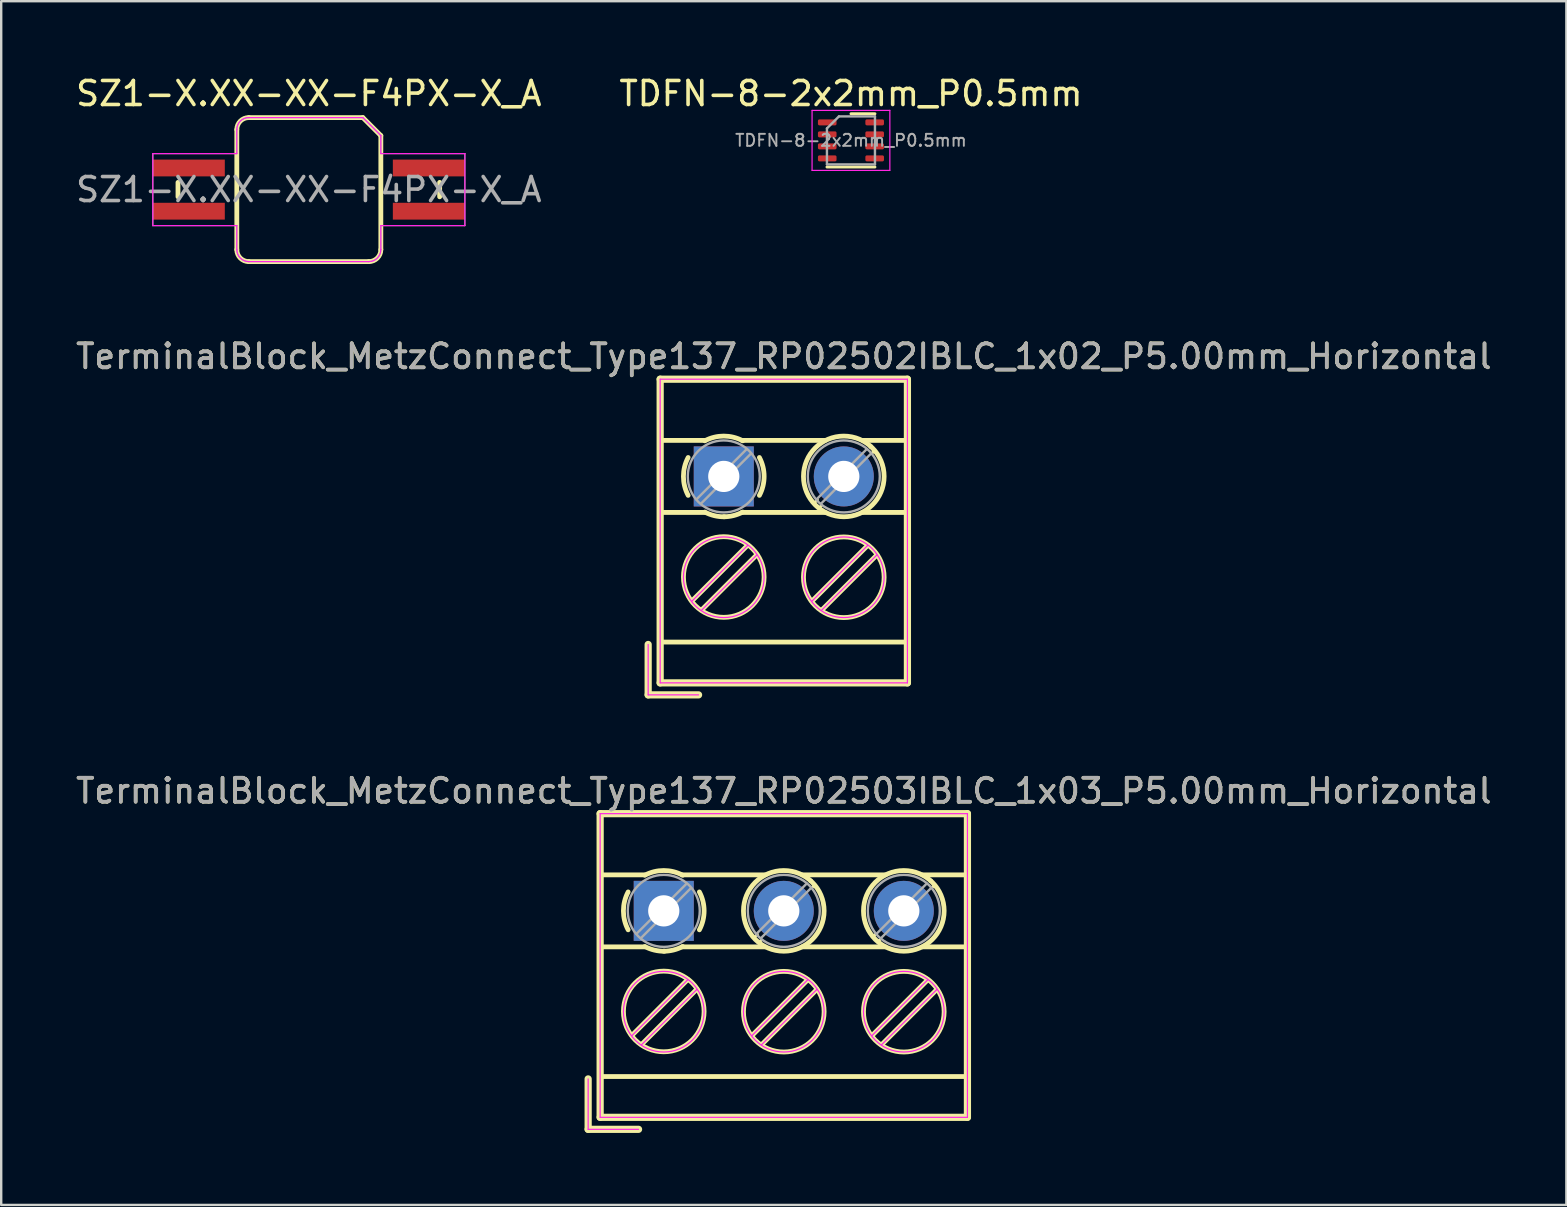
<source format=kicad_pcb>
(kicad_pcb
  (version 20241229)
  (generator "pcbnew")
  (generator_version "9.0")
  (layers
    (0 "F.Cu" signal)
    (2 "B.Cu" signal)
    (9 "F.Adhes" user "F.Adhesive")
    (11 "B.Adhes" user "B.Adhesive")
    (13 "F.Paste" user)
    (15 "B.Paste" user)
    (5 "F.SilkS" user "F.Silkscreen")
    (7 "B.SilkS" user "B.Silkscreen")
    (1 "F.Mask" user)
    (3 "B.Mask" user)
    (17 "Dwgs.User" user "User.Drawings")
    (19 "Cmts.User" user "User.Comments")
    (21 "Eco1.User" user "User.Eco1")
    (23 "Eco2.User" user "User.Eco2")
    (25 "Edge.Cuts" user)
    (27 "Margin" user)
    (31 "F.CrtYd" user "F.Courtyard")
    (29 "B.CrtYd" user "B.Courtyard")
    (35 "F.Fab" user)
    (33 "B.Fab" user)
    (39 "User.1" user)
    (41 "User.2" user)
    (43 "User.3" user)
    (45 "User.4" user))
  (footprint "TDFN-8-2x2mm_P0.5mm"
    (layer "F.Cu")
    (at 32.399 2.798)
    (property "Reference" "TDFN-8-2x2mm_P0.5mm" (at 0 -1.95 0) (layer "F.SilkS") (effects (font (size 1 1) (thickness 0.15))))
    (attr smd)
    (fp_line (start -1 1.11) (end 1 1.11) (stroke (width 0.12) (type solid)) (layer "F.SilkS"))
    (fp_line (start 0 -1.11) (end 1 -1.11) (stroke (width 0.12) (type solid)) (layer "F.SilkS"))
    (fp_line (start -1.62 -1.25) (end -1.62 1.25) (stroke (width 0.05) (type solid)) (layer "F.CrtYd"))
    (fp_line (start -1.62 1.25) (end 1.62 1.25) (stroke (width 0.05) (type solid)) (layer "F.CrtYd"))
    (fp_line (start 1.62 -1.25) (end -1.62 -1.25) (stroke (width 0.05) (type solid)) (layer "F.CrtYd"))
    (fp_line (start 1.62 1.25) (end 1.62 -1.25) (stroke (width 0.05) (type solid)) (layer "F.CrtYd"))
    (fp_line (start -1 -0.5) (end -0.5 -1) (stroke (width 0.1) (type solid)) (layer "F.Fab"))
    (fp_line (start -1 1) (end -1 -0.5) (stroke (width 0.1) (type solid)) (layer "F.Fab"))
    (fp_line (start -0.5 -1) (end 1 -1) (stroke (width 0.1) (type solid)) (layer "F.Fab"))
    (fp_line (start 1 -1) (end 1 1) (stroke (width 0.1) (type solid)) (layer "F.Fab"))
    (fp_line (start 1 1) (end -1 1) (stroke (width 0.1) (type solid)) (layer "F.Fab"))
    (fp_text user "${REFERENCE}" (at 0 0 0) (layer "F.Fab") (effects (font (size 0.5 0.5) (thickness 0.08))))
    (pad "1" smd roundrect (at -0.988 -0.75) (size 0.775 0.25) (layers "F.Cu" "F.Mask" "F.Paste") (roundrect_rratio 0.25))
    (pad "2" smd roundrect (at -0.988 -0.25) (size 0.775 0.25) (layers "F.Cu" "F.Mask" "F.Paste") (roundrect_rratio 0.25))
    (pad "3" smd roundrect (at -0.988 0.25) (size 0.775 0.25) (layers "F.Cu" "F.Mask" "F.Paste") (roundrect_rratio 0.25))
    (pad "4" smd roundrect (at -0.988 0.75) (size 0.775 0.25) (layers "F.Cu" "F.Mask" "F.Paste") (roundrect_rratio 0.25))
    (pad "5" smd roundrect (at 0.988 0.75) (size 0.775 0.25) (layers "F.Cu" "F.Mask" "F.Paste") (roundrect_rratio 0.25))
    (pad "6" smd roundrect (at 0.988 0.25) (size 0.775 0.25) (layers "F.Cu" "F.Mask" "F.Paste") (roundrect_rratio 0.25))
    (pad "7" smd roundrect (at 0.988 -0.25) (size 0.775 0.25) (layers "F.Cu" "F.Mask" "F.Paste") (roundrect_rratio 0.25))
    (pad "8" smd roundrect (at 0.988 -0.75) (size 0.775 0.25) (layers "F.Cu" "F.Mask" "F.Paste") (roundrect_rratio 0.25)))
  (footprint "TerminalBlock_MetzConnect_Type137_RP02503IBLC_1x03_P5.00mm_Horizontal"
    (layer "F.Cu")
    (at 29.601 34.895)
    (property "Reference" "TerminalBlock_MetzConnect_Type137_RP02503IBLC_1x03_P5.00mm_Horizontal" (at 0 -5 0) (layer "F.SilkS") (effects (font (size 1 1) (thickness 0.15))))
    (attr through_hole)
    (fp_line (start -8.15 7) (end -8.15 9.1) (stroke (width 0.3) (type solid)) (layer "F.SilkS"))
    (fp_line (start -7.67 -1.5) (end -5.79 -1.5) (stroke (width 0.2) (type solid)) (layer "F.SilkS"))
    (fp_line (start -7.67 1.5) (end -5.79 1.5) (stroke (width 0.2) (type solid)) (layer "F.SilkS"))
    (fp_line (start -7.65 -4.05) (end -7.65 8.6) (stroke (width 0.3) (type solid)) (layer "F.SilkS"))
    (fp_line (start -7.65 -4.05) (end 7.65 -4.05) (stroke (width 0.3) (type solid)) (layer "F.SilkS"))
    (fp_line (start -7.65 6.9) (end 7.65 6.9) (stroke (width 0.2) (type solid)) (layer "F.SilkS"))
    (fp_line (start -7.65 8.6) (end 7.65 8.6) (stroke (width 0.3) (type solid)) (layer "F.SilkS"))
    (fp_line (start -6.05 9.1) (end -8.15 9.1) (stroke (width 0.3) (type solid)) (layer "F.SilkS"))
    (fp_line (start -4.24 -1.5) (end -0.78 -1.5) (stroke (width 0.2) (type solid)) (layer "F.SilkS"))
    (fp_line (start -4.24 1.5) (end -0.78 1.5) (stroke (width 0.2) (type solid)) (layer "F.SilkS"))
    (fp_line (start -4 2.86) (end -6.33 5.19) (stroke (width 0.2) (type solid)) (layer "F.SilkS"))
    (fp_line (start -3.62 3.26) (end -5.92 5.56) (stroke (width 0.2) (type solid)) (layer "F.SilkS"))
    (fp_line (start -1.1 0.976) (end -1.194 1.069) (stroke (width 0.12) (type solid)) (layer "F.SilkS"))
    (fp_line (start -0.93 1.216) (end -0.989 1.274) (stroke (width 0.12) (type solid)) (layer "F.SilkS"))
    (fp_line (start 0.77 -1.5) (end 4.23 -1.5) (stroke (width 0.2) (type solid)) (layer "F.SilkS"))
    (fp_line (start 0.77 1.5) (end 4.23 1.5) (stroke (width 0.2) (type solid)) (layer "F.SilkS"))
    (fp_line (start 1 2.87) (end -1.33 5.2) (stroke (width 0.2) (type solid)) (layer "F.SilkS"))
    (fp_line (start 1.15 -1.275) (end 1.091 -1.216) (stroke (width 0.12) (type solid)) (layer "F.SilkS"))
    (fp_line (start 1.275 -1.069) (end 1.181 -0.976) (stroke (width 0.12) (type solid)) (layer "F.SilkS"))
    (fp_line (start 1.38 3.27) (end -0.92 5.57) (stroke (width 0.2) (type solid)) (layer "F.SilkS"))
    (fp_line (start 3.82 0.976) (end 3.726 1.069) (stroke (width 0.12) (type solid)) (layer "F.SilkS"))
    (fp_line (start 3.99 1.216) (end 3.931 1.274) (stroke (width 0.12) (type solid)) (layer "F.SilkS"))
    (fp_line (start 5.79 -1.5) (end 7.65 -1.5) (stroke (width 0.2) (type solid)) (layer "F.SilkS"))
    (fp_line (start 5.79 1.5) (end 7.65 1.5) (stroke (width 0.2) (type solid)) (layer "F.SilkS"))
    (fp_line (start 6 2.87) (end 3.67 5.2) (stroke (width 0.2) (type solid)) (layer "F.SilkS"))
    (fp_line (start 6.15 -1.275) (end 6.091 -1.216) (stroke (width 0.12) (type solid)) (layer "F.SilkS"))
    (fp_line (start 6.275 -1.069) (end 6.181 -0.976) (stroke (width 0.12) (type solid)) (layer "F.SilkS"))
    (fp_line (start 6.38 3.27) (end 4.08 5.57) (stroke (width 0.2) (type solid)) (layer "F.SilkS"))
    (fp_line (start 7.65 -4.05) (end 7.65 8.6) (stroke (width 0.3) (type solid)) (layer "F.SilkS"))
    (fp_arc (start -6.483953 0.789089) (mid -6.680708 0.00005) (end -6.484 -0.789) (stroke (width 0.2) (type solid)) (layer "F.SilkS"))
    (fp_arc (start -5.789089 -1.483953) (mid -5.00005 -1.680708) (end -4.211 -1.484) (stroke (width 0.2) (type solid)) (layer "F.SilkS"))
    (fp_arc (start -4.970617 1.68045) (mid -5.392304 1.634281) (end -5.789 1.484) (stroke (width 0.2) (type solid)) (layer "F.SilkS"))
    (fp_arc (start -4.211288 1.483352) (mid -4.593571 1.630097) (end -5 1.68) (stroke (width 0.2) (type solid)) (layer "F.SilkS"))
    (fp_arc (start -3.516047 -0.789089) (mid -3.319292 -0.00005) (end -3.516 0.789) (stroke (width 0.2) (type solid)) (layer "F.SilkS"))
    (fp_circle (center -5 4.19) (end -3.32 4.19) (stroke (width 0.2) (type solid)) (fill no) (layer "F.SilkS"))
    (fp_circle (center 0 0) (end 1.68 0) (stroke (width 0.2) (type solid)) (fill no) (layer "F.SilkS"))
    (fp_circle (center 0 4.2) (end 1.68 4.2) (stroke (width 0.2) (type solid)) (fill no) (layer "F.SilkS"))
    (fp_circle (center 5 0) (end 6.68 0) (stroke (width 0.2) (type solid)) (fill no) (layer "F.SilkS"))
    (fp_circle (center 5 4.2) (end 6.68 4.2) (stroke (width 0.2) (type solid)) (fill no) (layer "F.SilkS"))
    (fp_line (start -8.15 7) (end -8.15 9.1) (stroke (width 0.05) (type solid)) (layer "F.CrtYd"))
    (fp_line (start -7.65 -4.05) (end -7.65 8.6) (stroke (width 0.05) (type solid)) (layer "F.CrtYd"))
    (fp_line (start -7.65 -4.05) (end 7.65 -4.05) (stroke (width 0.05) (type solid)) (layer "F.CrtYd"))
    (fp_line (start -7.65 8.6) (end 7.65 8.6) (stroke (width 0.05) (type solid)) (layer "F.CrtYd"))
    (fp_line (start -6.05 9.1) (end -8.15 9.1) (stroke (width 0.05) (type solid)) (layer "F.CrtYd"))
    (fp_line (start -4 2.87) (end -6.33 5.2) (stroke (width 0.05) (type solid)) (layer "F.CrtYd"))
    (fp_line (start -3.62 3.27) (end -5.92 5.57) (stroke (width 0.05) (type solid)) (layer "F.CrtYd"))
    (fp_line (start 1 2.87) (end -1.33 5.2) (stroke (width 0.05) (type solid)) (layer "F.CrtYd"))
    (fp_line (start 1.38 3.27) (end -0.92 5.57) (stroke (width 0.05) (type solid)) (layer "F.CrtYd"))
    (fp_line (start 6 2.87) (end 3.67 5.2) (stroke (width 0.05) (type solid)) (layer "F.CrtYd"))
    (fp_line (start 6.38 3.27) (end 4.08 5.57) (stroke (width 0.05) (type solid)) (layer "F.CrtYd"))
    (fp_line (start 7.65 -4.05) (end 7.65 8.6) (stroke (width 0.05) (type solid)) (layer "F.CrtYd"))
    (fp_circle (center -5 4.2) (end -3.32 4.2) (stroke (width 0.05) (type solid)) (fill no) (layer "F.CrtYd"))
    (fp_circle (center 0 4.2) (end 1.68 4.2) (stroke (width 0.05) (type solid)) (fill no) (layer "F.CrtYd"))
    (fp_circle (center 5 4.2) (end 6.68 4.2) (stroke (width 0.05) (type solid)) (fill no) (layer "F.CrtYd"))
    (fp_line (start -4.045 -1.138) (end -6.138 0.955) (stroke (width 0.1) (type solid)) (layer "F.Fab"))
    (fp_line (start -3.862 -0.955) (end -5.955 1.138) (stroke (width 0.1) (type solid)) (layer "F.Fab"))
    (fp_line (start 0.955 -1.138) (end -1.137 0.955) (stroke (width 0.1) (type solid)) (layer "F.Fab"))
    (fp_line (start 1.138 -0.955) (end -0.954 1.138) (stroke (width 0.1) (type solid)) (layer "F.Fab"))
    (fp_line (start 5.955 -1.138) (end 3.863 0.955) (stroke (width 0.1) (type solid)) (layer "F.Fab"))
    (fp_line (start 6.138 -0.955) (end 4.046 1.138) (stroke (width 0.1) (type solid)) (layer "F.Fab"))
    (fp_circle (center -5 0) (end -3.5 0) (stroke (width 0.1) (type solid)) (fill no) (layer "F.Fab"))
    (fp_circle (center 0 0) (end 1.5 0) (stroke (width 0.1) (type solid)) (fill no) (layer "F.Fab"))
    (fp_circle (center 5 0) (end 6.5 0) (stroke (width 0.1) (type solid)) (fill no) (layer "F.Fab"))
    (fp_text user "${REFERENCE}" (at 0 -5 0) (layer "F.Fab") (effects (font (size 1 1) (thickness 0.15))))
    (pad "1" thru_hole rect (at -5 0) (size 2.5 2.5) (drill 1.3) (layers "*.Cu" "*.Mask"))
    (pad "2" thru_hole circle (at 0 0) (size 2.5 2.5) (drill 1.3) (layers "*.Cu" "*.Mask"))
    (pad "3" thru_hole circle (at 5 0) (size 2.5 2.5) (drill 1.3) (layers "*.Cu" "*.Mask")))
  (footprint "SZ1-X.XX-XX-F4PX-X_A"
    (layer "F.Cu")
    (at 9.815 4.848)
    (property "Reference" "SZ1-X.XX-XX-F4PX-X_A" (at 0 -4 0) (unlocked yes) (layer "F.SilkS") (effects (font (size 1 1) (thickness 0.15))))
    (attr smd)
    (fp_line (start -5.45 0.3) (end -5.45 -0.3) (stroke (width 0.2) (type solid)) (layer "F.SilkS"))
    (fp_line (start -3 -2.5) (end -3 2.5) (stroke (width 0.2) (type solid)) (layer "F.SilkS"))
    (fp_line (start -2.5 -3) (end 2.25 -3) (stroke (width 0.2) (type solid)) (layer "F.SilkS"))
    (fp_line (start -2.5 3) (end 2.5 3) (stroke (width 0.2) (type solid)) (layer "F.SilkS"))
    (fp_line (start 3 -2.25) (end 2.25 -3) (stroke (width 0.2) (type solid)) (layer "F.SilkS"))
    (fp_line (start 3 -2.25) (end 3 2.5) (stroke (width 0.2) (type solid)) (layer "F.SilkS"))
    (fp_line (start 5.45 0.3) (end 5.45 -0.3) (stroke (width 0.2) (type solid)) (layer "F.SilkS"))
    (fp_arc (start -3 -2.5) (mid -2.853553 -2.853553) (end -2.5 -3) (stroke (width 0.2) (type solid)) (layer "F.SilkS"))
    (fp_arc (start -2.5 3) (mid -2.853553 2.853553) (end -3 2.5) (stroke (width 0.2) (type solid)) (layer "F.SilkS"))
    (fp_arc (start 3 2.5) (mid 2.853553 2.853553) (end 2.5 3) (stroke (width 0.2) (type solid)) (layer "F.SilkS"))
    (fp_line (start -6.5 -1.5) (end -3 -1.5) (stroke (width 0.05) (type solid)) (layer "F.CrtYd"))
    (fp_line (start -6.5 1.5) (end -6.5 -1.5) (stroke (width 0.05) (type solid)) (layer "F.CrtYd"))
    (fp_line (start -6.5 1.5) (end -3 1.5) (stroke (width 0.05) (type solid)) (layer "F.CrtYd"))
    (fp_line (start -3 -2.5) (end -3 -1.5) (stroke (width 0.05) (type solid)) (layer "F.CrtYd"))
    (fp_line (start -3 1.5) (end -3 2.5) (stroke (width 0.05) (type solid)) (layer "F.CrtYd"))
    (fp_line (start -2.5 -3) (end 2.25 -3) (stroke (width 0.05) (type solid)) (layer "F.CrtYd"))
    (fp_line (start -2.5 3) (end 2.5 3) (stroke (width 0.05) (type solid)) (layer "F.CrtYd"))
    (fp_line (start 3 -2.25) (end 2.25 -3) (stroke (width 0.05) (type solid)) (layer "F.CrtYd"))
    (fp_line (start 3 -2.25) (end 3 -1.5) (stroke (width 0.05) (type solid)) (layer "F.CrtYd"))
    (fp_line (start 3 1.5) (end 3 2.5) (stroke (width 0.05) (type solid)) (layer "F.CrtYd"))
    (fp_line (start 6.5 -1.5) (end 3 -1.5) (stroke (width 0.05) (type solid)) (layer "F.CrtYd"))
    (fp_line (start 6.5 1.5) (end 3 1.5) (stroke (width 0.05) (type solid)) (layer "F.CrtYd"))
    (fp_line (start 6.5 1.5) (end 6.5 -1.5) (stroke (width 0.05) (type solid)) (layer "F.CrtYd"))
    (fp_arc (start -3 -2.5) (mid -2.853553 -2.853553) (end -2.5 -3) (stroke (width 0.05) (type solid)) (layer "F.CrtYd"))
    (fp_arc (start -2.5 3) (mid -2.853553 2.853553) (end -3 2.5) (stroke (width 0.05) (type solid)) (layer "F.CrtYd"))
    (fp_arc (start 3 2.5) (mid 2.853553 2.853553) (end 2.5 3) (stroke (width 0.05) (type solid)) (layer "F.CrtYd"))
    (fp_line (start -6.5 -1.5) (end -3 -1.5) (stroke (width 0.05) (type solid)) (layer "F.Fab"))
    (fp_line (start -6.5 1.5) (end -6.5 -1.5) (stroke (width 0.05) (type solid)) (layer "F.Fab"))
    (fp_line (start -6.5 1.5) (end -3 1.5) (stroke (width 0.05) (type solid)) (layer "F.Fab"))
    (fp_line (start -3 -2.5) (end -3 -1.5) (stroke (width 0.05) (type solid)) (layer "F.Fab"))
    (fp_line (start -3 1.5) (end -3 2.5) (stroke (width 0.05) (type solid)) (layer "F.Fab"))
    (fp_line (start -2.5 -3) (end 2.25 -3) (stroke (width 0.05) (type solid)) (layer "F.Fab"))
    (fp_line (start -2.5 3) (end 2.5 3) (stroke (width 0.05) (type solid)) (layer "F.Fab"))
    (fp_line (start 3 -2.25) (end 2.25 -3) (stroke (width 0.05) (type solid)) (layer "F.Fab"))
    (fp_line (start 3 -2.25) (end 3 -1.5) (stroke (width 0.05) (type solid)) (layer "F.Fab"))
    (fp_line (start 3 1.5) (end 3 2.5) (stroke (width 0.05) (type solid)) (layer "F.Fab"))
    (fp_line (start 6.5 -1.5) (end 3 -1.5) (stroke (width 0.05) (type solid)) (layer "F.Fab"))
    (fp_line (start 6.5 1.5) (end 3 1.5) (stroke (width 0.05) (type solid)) (layer "F.Fab"))
    (fp_line (start 6.5 1.5) (end 6.5 -1.5) (stroke (width 0.05) (type solid)) (layer "F.Fab"))
    (fp_arc (start -3 -2.5) (mid -2.853553 -2.853553) (end -2.5 -3) (stroke (width 0.05) (type solid)) (layer "F.Fab"))
    (fp_arc (start -2.5 3) (mid -2.853553 2.853553) (end -3 2.5) (stroke (width 0.05) (type solid)) (layer "F.Fab"))
    (fp_arc (start 3 2.5) (mid 2.853553 2.853553) (end 2.5 3) (stroke (width 0.05) (type solid)) (layer "F.Fab"))
    (fp_text user "${REFERENCE}" (at 0 0 0) (unlocked yes) (layer "F.Fab") (effects (font (size 1 1) (thickness 0.15))))
    (pad "1" smd rect (at -5 -0.9) (size 3 0.7) (layers "F.Cu" "F.Mask" "F.Paste"))
    (pad "2" smd rect (at 5 -0.9) (size 3 0.7) (layers "F.Cu" "F.Mask" "F.Paste"))
    (pad "3" smd rect (at -5 0.9) (size 3 0.7) (layers "F.Cu" "F.Mask" "F.Paste"))
    (pad "4" smd rect (at 5 0.9) (size 3 0.7) (layers "F.Cu" "F.Mask" "F.Paste")))
  (footprint "TerminalBlock_MetzConnect_Type137_RP02502IBLC_1x02_P5.00mm_Horizontal"
    (layer "F.Cu")
    (at 29.601 16.797)
    (property "Reference" "TerminalBlock_MetzConnect_Type137_RP02502IBLC_1x02_P5.00mm_Horizontal" (at 0 -5 0) (layer "F.SilkS") (effects (font (size 1 1) (thickness 0.15))))
    (attr through_hole)
    (fp_line (start -5.65 7) (end -5.65 9.1) (stroke (width 0.3) (type solid)) (layer "F.SilkS"))
    (fp_line (start -5.17 -1.5) (end -3.29 -1.5) (stroke (width 0.2) (type solid)) (layer "F.SilkS"))
    (fp_line (start -5.17 1.5) (end -3.29 1.5) (stroke (width 0.2) (type solid)) (layer "F.SilkS"))
    (fp_line (start -5.15 -4.05) (end -5.15 8.6) (stroke (width 0.3) (type solid)) (layer "F.SilkS"))
    (fp_line (start -5.15 -4.05) (end 5.15 -4.05) (stroke (width 0.3) (type solid)) (layer "F.SilkS"))
    (fp_line (start -5.15 6.9) (end 5.15 6.9) (stroke (width 0.2) (type solid)) (layer "F.SilkS"))
    (fp_line (start -5.15 8.6) (end 5.15 8.6) (stroke (width 0.3) (type solid)) (layer "F.SilkS"))
    (fp_line (start -3.55 9.1) (end -5.65 9.1) (stroke (width 0.3) (type solid)) (layer "F.SilkS"))
    (fp_line (start -1.74 -1.5) (end 1.72 -1.5) (stroke (width 0.2) (type solid)) (layer "F.SilkS"))
    (fp_line (start -1.74 1.5) (end 1.72 1.5) (stroke (width 0.2) (type solid)) (layer "F.SilkS"))
    (fp_line (start -1.5 2.86) (end -3.83 5.19) (stroke (width 0.2) (type solid)) (layer "F.SilkS"))
    (fp_line (start -1.12 3.26) (end -3.42 5.56) (stroke (width 0.2) (type solid)) (layer "F.SilkS"))
    (fp_line (start 1.4 0.976) (end 1.306 1.069) (stroke (width 0.12) (type solid)) (layer "F.SilkS"))
    (fp_line (start 1.57 1.216) (end 1.511 1.274) (stroke (width 0.12) (type solid)) (layer "F.SilkS"))
    (fp_line (start 3.29 -1.5) (end 5.15 -1.5) (stroke (width 0.2) (type solid)) (layer "F.SilkS"))
    (fp_line (start 3.29 1.5) (end 5.15 1.5) (stroke (width 0.2) (type solid)) (layer "F.SilkS"))
    (fp_line (start 3.5 2.87) (end 1.17 5.2) (stroke (width 0.2) (type solid)) (layer "F.SilkS"))
    (fp_line (start 3.65 -1.275) (end 3.591 -1.216) (stroke (width 0.12) (type solid)) (layer "F.SilkS"))
    (fp_line (start 3.775 -1.069) (end 3.681 -0.976) (stroke (width 0.12) (type solid)) (layer "F.SilkS"))
    (fp_line (start 3.88 3.27) (end 1.58 5.57) (stroke (width 0.2) (type solid)) (layer "F.SilkS"))
    (fp_line (start 5.15 -4.05) (end 5.15 8.6) (stroke (width 0.3) (type solid)) (layer "F.SilkS"))
    (fp_arc (start -3.983953 0.789089) (mid -4.180708 0.00005) (end -3.984 -0.789) (stroke (width 0.2) (type solid)) (layer "F.SilkS"))
    (fp_arc (start -3.289089 -1.483953) (mid -2.50005 -1.680708) (end -1.711 -1.484) (stroke (width 0.2) (type solid)) (layer "F.SilkS"))
    (fp_arc (start -2.470617 1.68045) (mid -2.892304 1.634281) (end -3.289 1.484) (stroke (width 0.2) (type solid)) (layer "F.SilkS"))
    (fp_arc (start -1.711288 1.483352) (mid -2.093571 1.630097) (end -2.5 1.68) (stroke (width 0.2) (type solid)) (layer "F.SilkS"))
    (fp_arc (start -1.016047 -0.789089) (mid -0.819292 -0.00005) (end -1.016 0.789) (stroke (width 0.2) (type solid)) (layer "F.SilkS"))
    (fp_circle (center -2.5 4.19) (end -0.82 4.19) (stroke (width 0.2) (type solid)) (fill no) (layer "F.SilkS"))
    (fp_circle (center 2.5 0) (end 4.18 0) (stroke (width 0.2) (type solid)) (fill no) (layer "F.SilkS"))
    (fp_circle (center 2.5 4.2) (end 4.18 4.2) (stroke (width 0.2) (type solid)) (fill no) (layer "F.SilkS"))
    (fp_line (start -5.65 7) (end -5.65 9.1) (stroke (width 0.05) (type solid)) (layer "F.CrtYd"))
    (fp_line (start -5.15 -4.05) (end -5.15 8.6) (stroke (width 0.05) (type solid)) (layer "F.CrtYd"))
    (fp_line (start -5.15 -4.05) (end 5.15 -4.05) (stroke (width 0.05) (type solid)) (layer "F.CrtYd"))
    (fp_line (start -5.15 8.6) (end 5.15 8.6) (stroke (width 0.05) (type solid)) (layer "F.CrtYd"))
    (fp_line (start -3.55 9.1) (end -5.65 9.1) (stroke (width 0.05) (type solid)) (layer "F.CrtYd"))
    (fp_line (start -1.5 2.87) (end -3.83 5.2) (stroke (width 0.05) (type solid)) (layer "F.CrtYd"))
    (fp_line (start -1.12 3.27) (end -3.42 5.57) (stroke (width 0.05) (type solid)) (layer "F.CrtYd"))
    (fp_line (start 3.5 2.87) (end 1.17 5.2) (stroke (width 0.05) (type solid)) (layer "F.CrtYd"))
    (fp_line (start 3.88 3.27) (end 1.58 5.57) (stroke (width 0.05) (type solid)) (layer "F.CrtYd"))
    (fp_line (start 5.15 -4.05) (end 5.15 8.6) (stroke (width 0.05) (type solid)) (layer "F.CrtYd"))
    (fp_circle (center -2.5 4.2) (end -0.82 4.2) (stroke (width 0.05) (type solid)) (fill no) (layer "F.CrtYd"))
    (fp_circle (center 2.5 4.2) (end 4.18 4.2) (stroke (width 0.05) (type solid)) (fill no) (layer "F.CrtYd"))
    (fp_line (start -1.545 -1.138) (end -3.638 0.955) (stroke (width 0.1) (type solid)) (layer "F.Fab"))
    (fp_line (start -1.362 -0.955) (end -3.455 1.138) (stroke (width 0.1) (type solid)) (layer "F.Fab"))
    (fp_line (start 3.455 -1.138) (end 1.363 0.955) (stroke (width 0.1) (type solid)) (layer "F.Fab"))
    (fp_line (start 3.638 -0.955) (end 1.546 1.138) (stroke (width 0.1) (type solid)) (layer "F.Fab"))
    (fp_circle (center -2.5 0) (end -1 0) (stroke (width 0.1) (type solid)) (fill no) (layer "F.Fab"))
    (fp_circle (center 2.5 0) (end 4 0) (stroke (width 0.1) (type solid)) (fill no) (layer "F.Fab"))
    (fp_text user "${REFERENCE}" (at 0 -5 0) (layer "F.Fab") (effects (font (size 1 1) (thickness 0.15))))
    (pad "1" thru_hole rect (at -2.5 0) (size 2.5 2.5) (drill 1.3) (layers "*.Cu" "*.Mask"))
    (pad "2" thru_hole circle (at 2.5 0) (size 2.5 2.5) (drill 1.3) (layers "*.Cu" "*.Mask")))
  (gr_rect
    (start -3 -3)
    (end 62.202 47.145)
    (stroke (width 0.1) (type default))
    (fill no)
    (layer "Edge.Cuts")))
</source>
